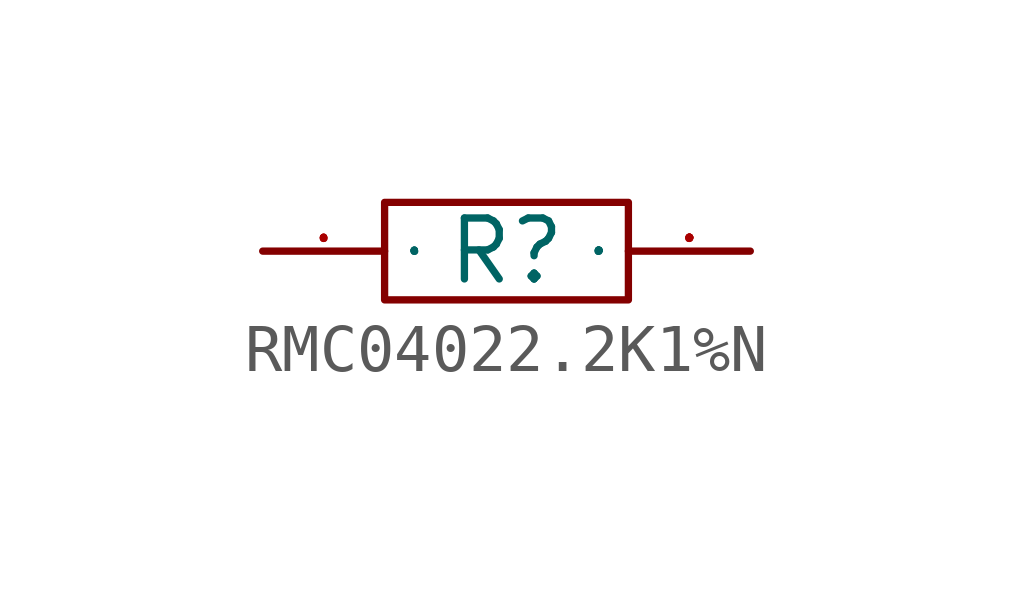
<source format=kicad_sym>
(kicad_symbol_lib
  (version 20241209)
  (generator "kicad_symbol_editor")
  (generator_version "9.0")
  (symbol "RMC04022.2K1%N"
    (property "Reference" "R"
      (at 0 0 0)
      (effects (font (size 1.27 1.27))))
    (symbol "RMC04022.2K1%N_1_0"
      (rectangle (start -2.54 -1.016) (end 2.54 1.016) (stroke (width 0) (type default)) (fill (type none)))
      (pin input line (at -5.08 0 0) (length 2.54) (name "1" (effects (font (size 0.025 0.025)))) (number "1" (effects (font (size 0.025 0.025)))))
      (pin input line (at 5.08 0 180) (length 2.54) (name "2" (effects (font (size 0.025 0.025)))) (number "2" (effects (font (size 0.025 0.025))))))))
</source>
